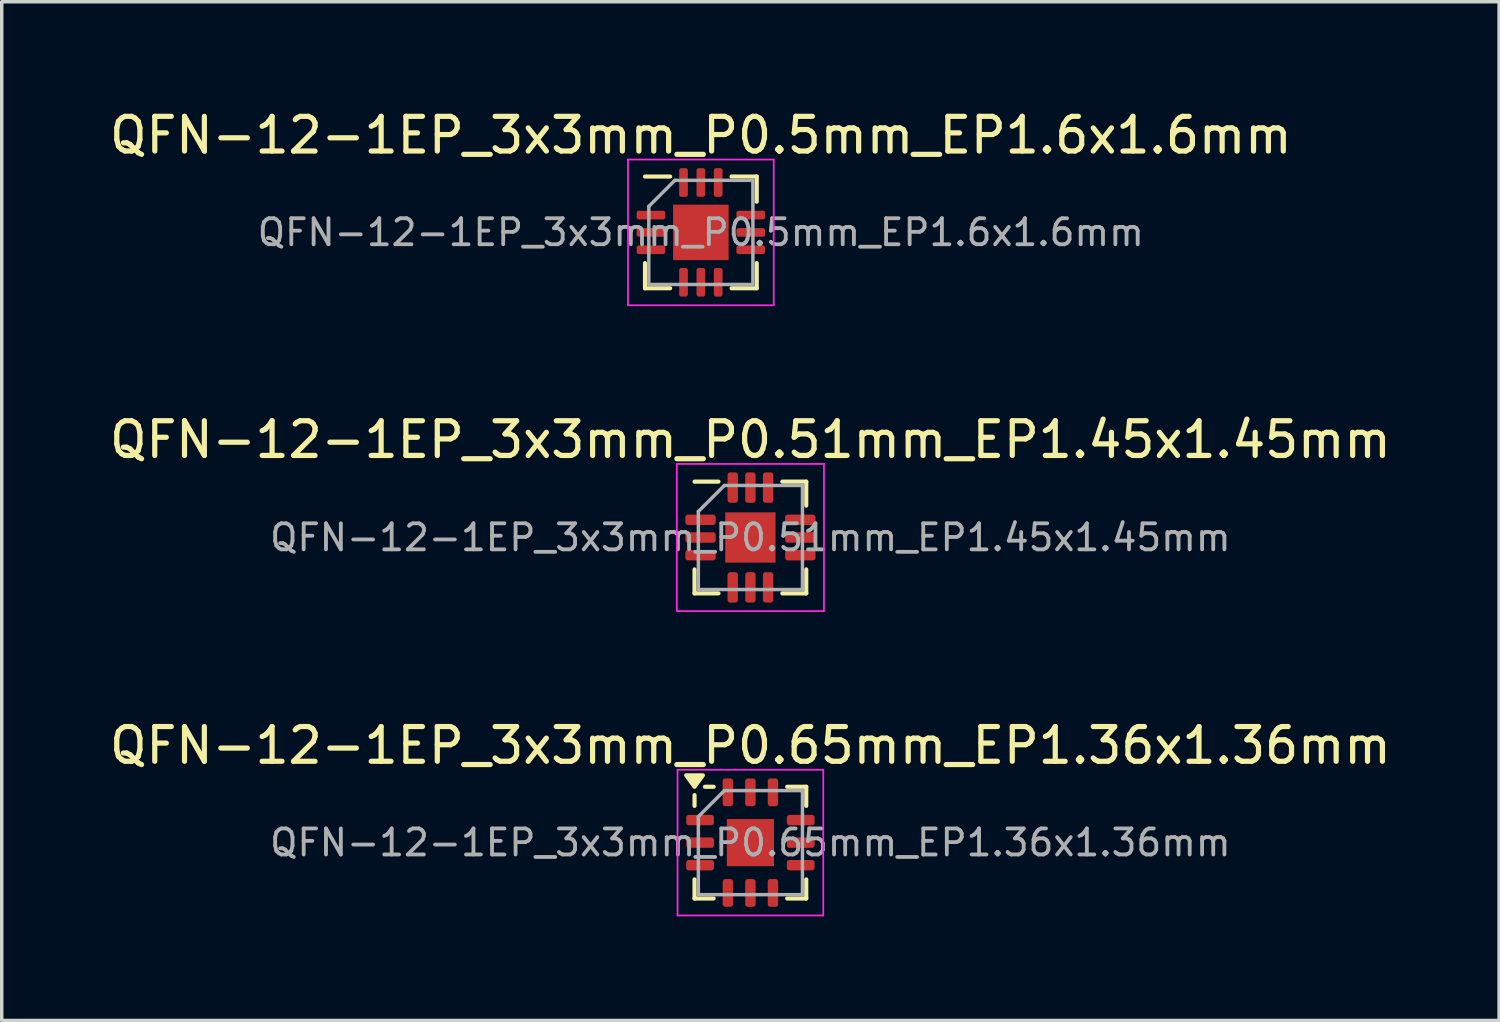
<source format=kicad_pcb>
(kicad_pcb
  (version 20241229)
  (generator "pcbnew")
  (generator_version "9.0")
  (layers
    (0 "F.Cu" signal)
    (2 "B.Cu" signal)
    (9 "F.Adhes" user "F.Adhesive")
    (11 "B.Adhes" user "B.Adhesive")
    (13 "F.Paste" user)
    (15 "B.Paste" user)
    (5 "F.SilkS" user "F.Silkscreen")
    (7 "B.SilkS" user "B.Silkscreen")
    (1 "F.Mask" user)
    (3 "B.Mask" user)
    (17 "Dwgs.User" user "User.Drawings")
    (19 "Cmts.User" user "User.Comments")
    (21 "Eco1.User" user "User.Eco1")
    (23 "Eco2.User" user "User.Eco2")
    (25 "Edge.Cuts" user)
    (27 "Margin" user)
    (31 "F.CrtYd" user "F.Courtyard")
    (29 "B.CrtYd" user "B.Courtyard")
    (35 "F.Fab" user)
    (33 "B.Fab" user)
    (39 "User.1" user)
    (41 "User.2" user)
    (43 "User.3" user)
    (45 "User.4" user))
  (footprint "QFN-12-1EP_3x3mm_P0.5mm_EP1.6x1.6mm"
    (layer "F.Cu")
    (at 17.149 3.648)
    (property "Reference" "QFN-12-1EP_3x3mm_P0.5mm_EP1.6x1.6mm" (at 0 -2.8 0) (layer "F.SilkS") (effects (font (size 1 1) (thickness 0.15))))
    (attr smd)
    (fp_line (start -1.61 1.61) (end -1.61 0.885) (stroke (width 0.12) (type solid)) (layer "F.SilkS"))
    (fp_line (start -0.885 -1.61) (end -1.61 -1.61) (stroke (width 0.12) (type solid)) (layer "F.SilkS"))
    (fp_line (start -0.885 1.61) (end -1.61 1.61) (stroke (width 0.12) (type solid)) (layer "F.SilkS"))
    (fp_line (start 0.885 -1.61) (end 1.61 -1.61) (stroke (width 0.12) (type solid)) (layer "F.SilkS"))
    (fp_line (start 0.885 1.61) (end 1.61 1.61) (stroke (width 0.12) (type solid)) (layer "F.SilkS"))
    (fp_line (start 1.61 -1.61) (end 1.61 -0.885) (stroke (width 0.12) (type solid)) (layer "F.SilkS"))
    (fp_line (start 1.61 1.61) (end 1.61 0.885) (stroke (width 0.12) (type solid)) (layer "F.SilkS"))
    (fp_line (start -2.1 -2.1) (end -2.1 2.1) (stroke (width 0.05) (type solid)) (layer "F.CrtYd"))
    (fp_line (start -2.1 2.1) (end 2.1 2.1) (stroke (width 0.05) (type solid)) (layer "F.CrtYd"))
    (fp_line (start 2.1 -2.1) (end -2.1 -2.1) (stroke (width 0.05) (type solid)) (layer "F.CrtYd"))
    (fp_line (start 2.1 2.1) (end 2.1 -2.1) (stroke (width 0.05) (type solid)) (layer "F.CrtYd"))
    (fp_line (start -1.5 -0.75) (end -0.75 -1.5) (stroke (width 0.1) (type solid)) (layer "F.Fab"))
    (fp_line (start -1.5 1.5) (end -1.5 -0.75) (stroke (width 0.1) (type solid)) (layer "F.Fab"))
    (fp_line (start -0.75 -1.5) (end 1.5 -1.5) (stroke (width 0.1) (type solid)) (layer "F.Fab"))
    (fp_line (start 1.5 -1.5) (end 1.5 1.5) (stroke (width 0.1) (type solid)) (layer "F.Fab"))
    (fp_line (start 1.5 1.5) (end -1.5 1.5) (stroke (width 0.1) (type solid)) (layer "F.Fab"))
    (fp_text user "${REFERENCE}" (at 0 0 0) (layer "F.Fab") (effects (font (size 0.75 0.75) (thickness 0.11))))
    (pad "" smd roundrect (at -0.4 -0.4) (size 0.64 0.64) (layers "F.Paste") (roundrect_rratio 0.25))
    (pad "" smd roundrect (at -0.4 0.4) (size 0.64 0.64) (layers "F.Paste") (roundrect_rratio 0.25))
    (pad "" smd roundrect (at 0.4 -0.4) (size 0.64 0.64) (layers "F.Paste") (roundrect_rratio 0.25))
    (pad "" smd roundrect (at 0.4 0.4) (size 0.64 0.64) (layers "F.Paste") (roundrect_rratio 0.25))
    (pad "1" smd roundrect (at -1.438 -0.5) (size 0.825 0.25) (layers "F.Cu" "F.Mask" "F.Paste") (roundrect_rratio 0.25))
    (pad "2" smd roundrect (at -1.438 0) (size 0.825 0.25) (layers "F.Cu" "F.Mask" "F.Paste") (roundrect_rratio 0.25))
    (pad "3" smd roundrect (at -1.438 0.5) (size 0.825 0.25) (layers "F.Cu" "F.Mask" "F.Paste") (roundrect_rratio 0.25))
    (pad "4" smd roundrect (at -0.5 1.438) (size 0.25 0.825) (layers "F.Cu" "F.Mask" "F.Paste") (roundrect_rratio 0.25))
    (pad "5" smd roundrect (at 0 1.438) (size 0.25 0.825) (layers "F.Cu" "F.Mask" "F.Paste") (roundrect_rratio 0.25))
    (pad "6" smd roundrect (at 0.5 1.438) (size 0.25 0.825) (layers "F.Cu" "F.Mask" "F.Paste") (roundrect_rratio 0.25))
    (pad "7" smd roundrect (at 1.438 0.5) (size 0.825 0.25) (layers "F.Cu" "F.Mask" "F.Paste") (roundrect_rratio 0.25))
    (pad "8" smd roundrect (at 1.438 0) (size 0.825 0.25) (layers "F.Cu" "F.Mask" "F.Paste") (roundrect_rratio 0.25))
    (pad "9" smd roundrect (at 1.438 -0.5) (size 0.825 0.25) (layers "F.Cu" "F.Mask" "F.Paste") (roundrect_rratio 0.25))
    (pad "10" smd roundrect (at 0.5 -1.438) (size 0.25 0.825) (layers "F.Cu" "F.Mask" "F.Paste") (roundrect_rratio 0.25))
    (pad "11" smd roundrect (at 0 -1.438) (size 0.25 0.825) (layers "F.Cu" "F.Mask" "F.Paste") (roundrect_rratio 0.25))
    (pad "12" smd roundrect (at -0.5 -1.438) (size 0.25 0.825) (layers "F.Cu" "F.Mask" "F.Paste") (roundrect_rratio 0.25))
    (pad "13" smd rect (at 0 0) (size 1.6 1.6) (layers "F.Cu" "F.Mask")))
  (footprint "QFN-12-1EP_3x3mm_P0.51mm_EP1.45x1.45mm"
    (layer "F.Cu")
    (at 18.577 12.441)
    (property "Reference" "QFN-12-1EP_3x3mm_P0.51mm_EP1.45x1.45mm" (at 0 -2.82 0) (layer "F.SilkS") (effects (font (size 1 1) (thickness 0.15))))
    (attr smd)
    (fp_line (start -1.61 1.61) (end -1.61 0.92) (stroke (width 0.12) (type solid)) (layer "F.SilkS"))
    (fp_line (start -0.92 -1.61) (end -1.61 -1.61) (stroke (width 0.12) (type solid)) (layer "F.SilkS"))
    (fp_line (start -0.92 1.61) (end -1.61 1.61) (stroke (width 0.12) (type solid)) (layer "F.SilkS"))
    (fp_line (start 0.92 -1.61) (end 1.61 -1.61) (stroke (width 0.12) (type solid)) (layer "F.SilkS"))
    (fp_line (start 0.92 1.61) (end 1.61 1.61) (stroke (width 0.12) (type solid)) (layer "F.SilkS"))
    (fp_line (start 1.61 -1.61) (end 1.61 -0.92) (stroke (width 0.12) (type solid)) (layer "F.SilkS"))
    (fp_line (start 1.61 1.61) (end 1.61 0.92) (stroke (width 0.12) (type solid)) (layer "F.SilkS"))
    (fp_line (start -2.12 -2.12) (end -2.12 2.12) (stroke (width 0.05) (type solid)) (layer "F.CrtYd"))
    (fp_line (start -2.12 2.12) (end 2.12 2.12) (stroke (width 0.05) (type solid)) (layer "F.CrtYd"))
    (fp_line (start 2.12 -2.12) (end -2.12 -2.12) (stroke (width 0.05) (type solid)) (layer "F.CrtYd"))
    (fp_line (start 2.12 2.12) (end 2.12 -2.12) (stroke (width 0.05) (type solid)) (layer "F.CrtYd"))
    (fp_line (start -1.5 -0.75) (end -0.75 -1.5) (stroke (width 0.1) (type solid)) (layer "F.Fab"))
    (fp_line (start -1.5 1.5) (end -1.5 -0.75) (stroke (width 0.1) (type solid)) (layer "F.Fab"))
    (fp_line (start -0.75 -1.5) (end 1.5 -1.5) (stroke (width 0.1) (type solid)) (layer "F.Fab"))
    (fp_line (start 1.5 -1.5) (end 1.5 1.5) (stroke (width 0.1) (type solid)) (layer "F.Fab"))
    (fp_line (start 1.5 1.5) (end -1.5 1.5) (stroke (width 0.1) (type solid)) (layer "F.Fab"))
    (fp_text user "${REFERENCE}" (at 0 0 0) (layer "F.Fab") (effects (font (size 0.75 0.75) (thickness 0.11))))
    (pad "" smd roundrect (at -0.36 -0.36) (size 0.58 0.58) (layers "F.Paste") (roundrect_rratio 0.25))
    (pad "" smd roundrect (at -0.36 0.36) (size 0.58 0.58) (layers "F.Paste") (roundrect_rratio 0.25))
    (pad "" smd roundrect (at 0.36 -0.36) (size 0.58 0.58) (layers "F.Paste") (roundrect_rratio 0.25))
    (pad "" smd roundrect (at 0.36 0.36) (size 0.58 0.58) (layers "F.Paste") (roundrect_rratio 0.25))
    (pad "1" smd roundrect (at -1.438 -0.51) (size 0.875 0.3) (layers "F.Cu" "F.Mask" "F.Paste") (roundrect_rratio 0.25))
    (pad "2" smd roundrect (at -1.438 0) (size 0.875 0.3) (layers "F.Cu" "F.Mask" "F.Paste") (roundrect_rratio 0.25))
    (pad "3" smd roundrect (at -1.438 0.51) (size 0.875 0.3) (layers "F.Cu" "F.Mask" "F.Paste") (roundrect_rratio 0.25))
    (pad "4" smd roundrect (at -0.51 1.438) (size 0.3 0.875) (layers "F.Cu" "F.Mask" "F.Paste") (roundrect_rratio 0.25))
    (pad "5" smd roundrect (at 0 1.438) (size 0.3 0.875) (layers "F.Cu" "F.Mask" "F.Paste") (roundrect_rratio 0.25))
    (pad "6" smd roundrect (at 0.51 1.438) (size 0.3 0.875) (layers "F.Cu" "F.Mask" "F.Paste") (roundrect_rratio 0.25))
    (pad "7" smd roundrect (at 1.438 0.51) (size 0.875 0.3) (layers "F.Cu" "F.Mask" "F.Paste") (roundrect_rratio 0.25))
    (pad "8" smd roundrect (at 1.438 0) (size 0.875 0.3) (layers "F.Cu" "F.Mask" "F.Paste") (roundrect_rratio 0.25))
    (pad "9" smd roundrect (at 1.438 -0.51) (size 0.875 0.3) (layers "F.Cu" "F.Mask" "F.Paste") (roundrect_rratio 0.25))
    (pad "10" smd roundrect (at 0.51 -1.438) (size 0.3 0.875) (layers "F.Cu" "F.Mask" "F.Paste") (roundrect_rratio 0.25))
    (pad "11" smd roundrect (at 0 -1.438) (size 0.3 0.875) (layers "F.Cu" "F.Mask" "F.Paste") (roundrect_rratio 0.25))
    (pad "12" smd roundrect (at -0.51 -1.438) (size 0.3 0.875) (layers "F.Cu" "F.Mask" "F.Paste") (roundrect_rratio 0.25))
    (pad "13" smd rect (at 0 0) (size 1.45 1.45) (layers "F.Cu" "F.Mask")))
  (footprint "QFN-12-1EP_3x3mm_P0.65mm_EP1.36x1.36mm"
    (layer "F.Cu")
    (at 18.577 21.235)
    (property "Reference" "QFN-12-1EP_3x3mm_P0.65mm_EP1.36x1.36mm" (at 0 -2.8 0) (layer "F.SilkS") (effects (font (size 1 1) (thickness 0.15))))
    (attr smd)
    (fp_line (start -1.61 -1.06) (end -1.61 -1.37) (stroke (width 0.12) (type solid)) (layer "F.SilkS"))
    (fp_line (start -1.61 1.61) (end -1.61 1.06) (stroke (width 0.12) (type solid)) (layer "F.SilkS"))
    (fp_line (start -1.06 -1.61) (end -1.31 -1.61) (stroke (width 0.12) (type solid)) (layer "F.SilkS"))
    (fp_line (start -1.06 1.61) (end -1.61 1.61) (stroke (width 0.12) (type solid)) (layer "F.SilkS"))
    (fp_line (start 1.06 -1.61) (end 1.61 -1.61) (stroke (width 0.12) (type solid)) (layer "F.SilkS"))
    (fp_line (start 1.06 1.61) (end 1.61 1.61) (stroke (width 0.12) (type solid)) (layer "F.SilkS"))
    (fp_line (start 1.61 -1.61) (end 1.61 -1.06) (stroke (width 0.12) (type solid)) (layer "F.SilkS"))
    (fp_line (start 1.61 1.61) (end 1.61 1.06) (stroke (width 0.12) (type solid)) (layer "F.SilkS"))
    (fp_poly (pts (xy -1.61 -1.61) (xy -1.85 -1.94) (xy -1.37 -1.94) (xy -1.61 -1.61)) (stroke (width 0.12) (type solid)) (fill yes) (layer "F.SilkS"))
    (fp_line (start -2.1 -2.1) (end -2.1 2.1) (stroke (width 0.05) (type solid)) (layer "F.CrtYd"))
    (fp_line (start -2.1 2.1) (end 2.1 2.1) (stroke (width 0.05) (type solid)) (layer "F.CrtYd"))
    (fp_line (start 2.1 -2.1) (end -2.1 -2.1) (stroke (width 0.05) (type solid)) (layer "F.CrtYd"))
    (fp_line (start 2.1 2.1) (end 2.1 -2.1) (stroke (width 0.05) (type solid)) (layer "F.CrtYd"))
    (fp_line (start -1.5 -0.75) (end -0.75 -1.5) (stroke (width 0.1) (type solid)) (layer "F.Fab"))
    (fp_line (start -1.5 1.5) (end -1.5 -0.75) (stroke (width 0.1) (type solid)) (layer "F.Fab"))
    (fp_line (start -0.75 -1.5) (end 1.5 -1.5) (stroke (width 0.1) (type solid)) (layer "F.Fab"))
    (fp_line (start 1.5 -1.5) (end 1.5 1.5) (stroke (width 0.1) (type solid)) (layer "F.Fab"))
    (fp_line (start 1.5 1.5) (end -1.5 1.5) (stroke (width 0.1) (type solid)) (layer "F.Fab"))
    (fp_text user "${REFERENCE}" (at 0 0 0) (layer "F.Fab") (effects (font (size 0.75 0.75) (thickness 0.11))))
    (pad "" smd roundrect (at -0.34 -0.34) (size 0.55 0.55) (layers "F.Paste") (roundrect_rratio 0.25))
    (pad "" smd roundrect (at -0.34 0.34) (size 0.55 0.55) (layers "F.Paste") (roundrect_rratio 0.25))
    (pad "" smd roundrect (at 0.34 -0.34) (size 0.55 0.55) (layers "F.Paste") (roundrect_rratio 0.25))
    (pad "" smd roundrect (at 0.34 0.34) (size 0.55 0.55) (layers "F.Paste") (roundrect_rratio 0.25))
    (pad "1" smd roundrect (at -1.45 -0.65) (size 0.8 0.3) (layers "F.Cu" "F.Mask" "F.Paste") (roundrect_rratio 0.25))
    (pad "2" smd roundrect (at -1.45 0) (size 0.8 0.3) (layers "F.Cu" "F.Mask" "F.Paste") (roundrect_rratio 0.25))
    (pad "3" smd roundrect (at -1.45 0.65) (size 0.8 0.3) (layers "F.Cu" "F.Mask" "F.Paste") (roundrect_rratio 0.25))
    (pad "4" smd roundrect (at -0.65 1.45) (size 0.3 0.8) (layers "F.Cu" "F.Mask" "F.Paste") (roundrect_rratio 0.25))
    (pad "5" smd roundrect (at 0 1.45) (size 0.3 0.8) (layers "F.Cu" "F.Mask" "F.Paste") (roundrect_rratio 0.25))
    (pad "6" smd roundrect (at 0.65 1.45) (size 0.3 0.8) (layers "F.Cu" "F.Mask" "F.Paste") (roundrect_rratio 0.25))
    (pad "7" smd roundrect (at 1.45 0.65) (size 0.8 0.3) (layers "F.Cu" "F.Mask" "F.Paste") (roundrect_rratio 0.25))
    (pad "8" smd roundrect (at 1.45 0) (size 0.8 0.3) (layers "F.Cu" "F.Mask" "F.Paste") (roundrect_rratio 0.25))
    (pad "9" smd roundrect (at 1.45 -0.65) (size 0.8 0.3) (layers "F.Cu" "F.Mask" "F.Paste") (roundrect_rratio 0.25))
    (pad "10" smd roundrect (at 0.65 -1.45) (size 0.3 0.8) (layers "F.Cu" "F.Mask" "F.Paste") (roundrect_rratio 0.25))
    (pad "11" smd roundrect (at 0 -1.45) (size 0.3 0.8) (layers "F.Cu" "F.Mask" "F.Paste") (roundrect_rratio 0.25))
    (pad "12" smd roundrect (at -0.65 -1.45) (size 0.3 0.8) (layers "F.Cu" "F.Mask" "F.Paste") (roundrect_rratio 0.25))
    (pad "13" smd rect (at 0 0) (size 1.36 1.36) (property pad_prop_heatsink) (layers "F.Cu" "F.Mask")))
  (gr_rect
    (start -3 -3)
    (end 40.155 26.36)
    (stroke (width 0.1) (type default))
    (fill no)
    (layer "Edge.Cuts")))
</source>
